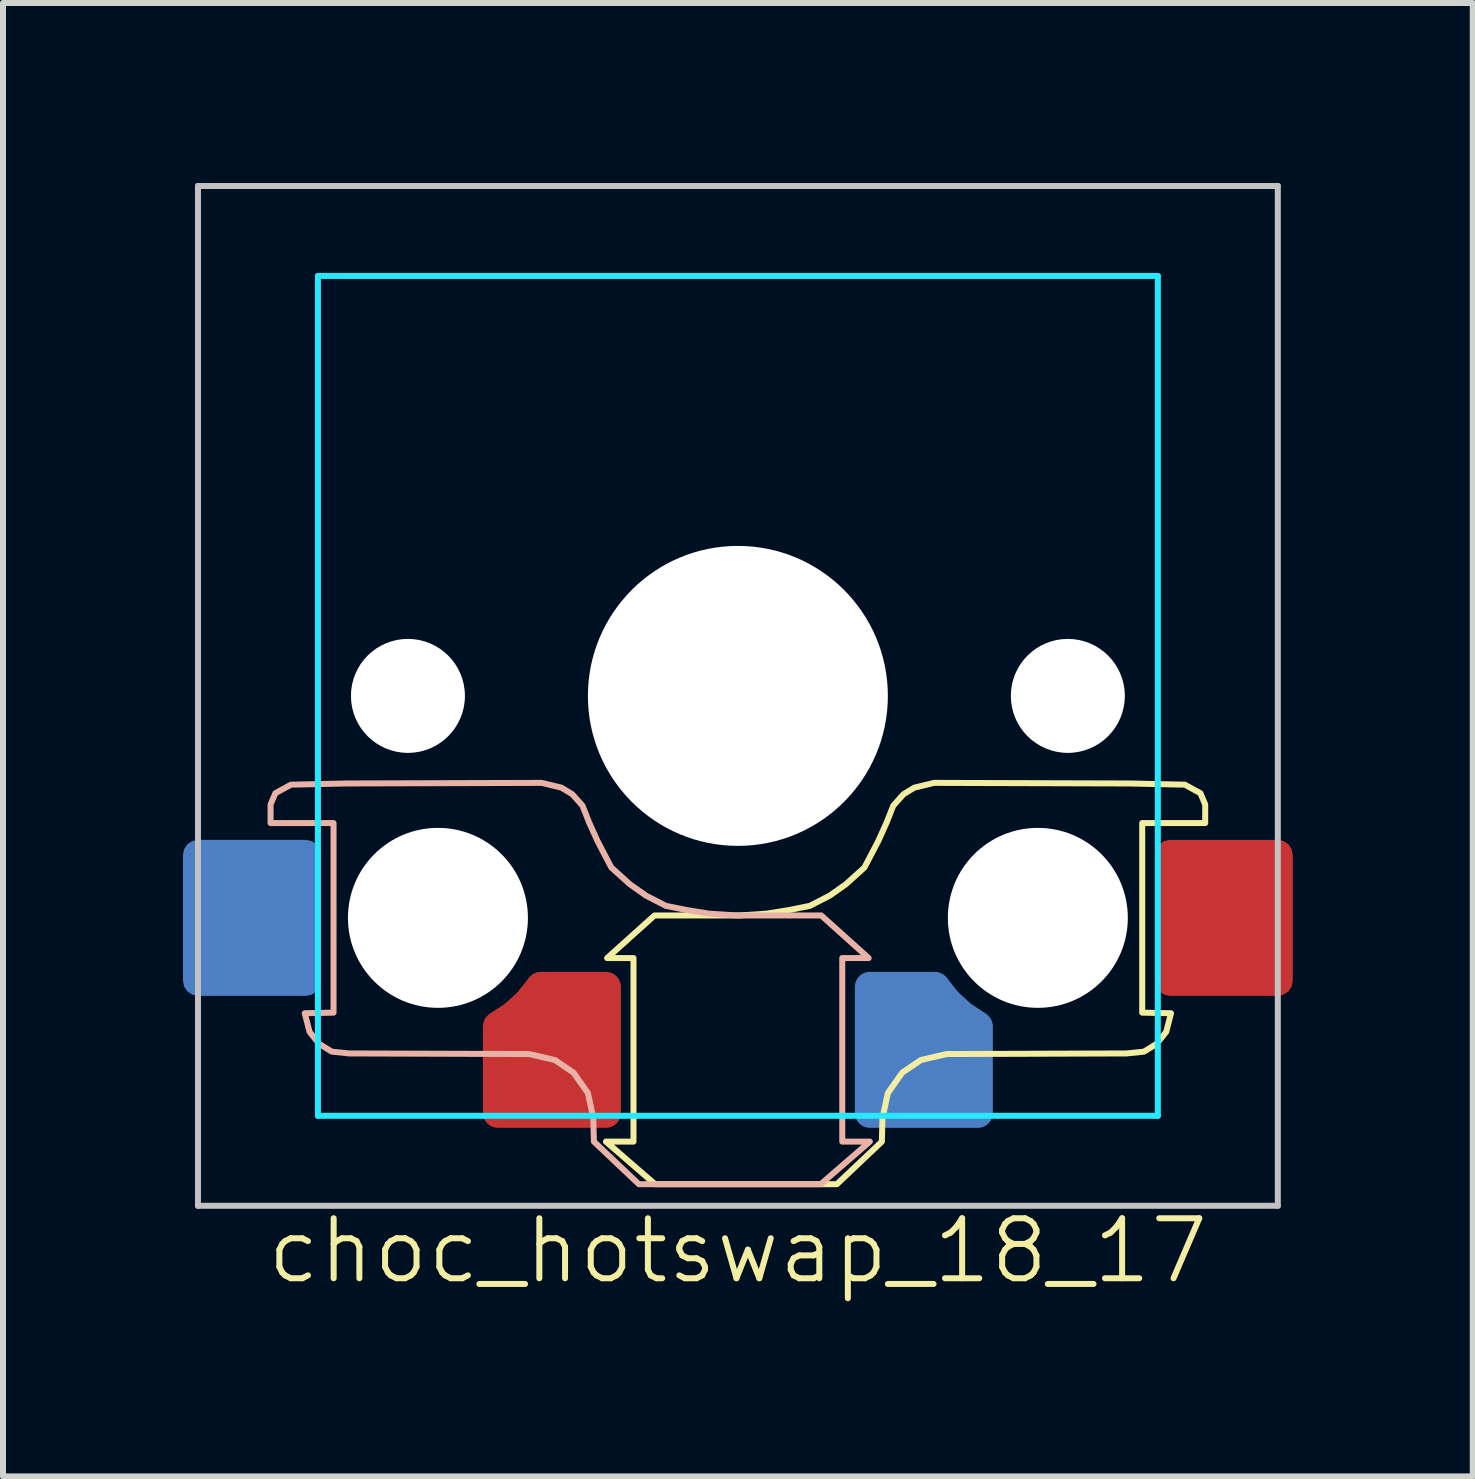
<source format=kicad_pcb>
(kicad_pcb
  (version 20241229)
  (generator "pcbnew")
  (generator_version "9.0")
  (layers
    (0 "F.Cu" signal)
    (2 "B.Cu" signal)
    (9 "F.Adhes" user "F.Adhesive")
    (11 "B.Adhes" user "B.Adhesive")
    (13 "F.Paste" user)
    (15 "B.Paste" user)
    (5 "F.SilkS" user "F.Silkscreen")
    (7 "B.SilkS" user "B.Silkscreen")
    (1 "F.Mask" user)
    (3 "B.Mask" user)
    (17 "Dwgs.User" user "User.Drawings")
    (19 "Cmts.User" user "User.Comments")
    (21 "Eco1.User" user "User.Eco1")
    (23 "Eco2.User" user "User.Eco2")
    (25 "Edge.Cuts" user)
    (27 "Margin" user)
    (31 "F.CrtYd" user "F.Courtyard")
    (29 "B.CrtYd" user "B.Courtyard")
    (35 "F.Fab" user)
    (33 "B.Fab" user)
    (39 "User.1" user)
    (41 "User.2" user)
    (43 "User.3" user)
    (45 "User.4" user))
  (footprint "choc_hotswap_18_17"
    (layer "F.Cu")
    (at 9.25 8.55)
    (property "Reference" "choc_hotswap_18_17" (at 0 9.25 0) (unlocked yes) (layer "F.SilkS") (effects (font (size 1 1) (thickness 0.1))))
    (attr smd)
    (fp_poly (pts (xy 1.8 3.14) (xy 2.11 2.86) (xy 2.34 2.42) (xy 2.48 2.11) (xy 2.59 1.83) (xy 2.76 1.64) (xy 2.94 1.53) (xy 3.27 1.45) (xy 6.52 1.46) (xy 7.45 1.48) (xy 7.71 1.622) (xy 7.79 1.81) (xy 7.79 2.12) (xy 6.74 2.12) (xy 6.74 5.28) (xy 7.22 5.29) (xy 7.14 5.6) (xy 6.98 5.8) (xy 6.77 5.93) (xy 6.48 5.96) (xy 3.48 5.97) (xy 3.05 6.07) (xy 2.74 6.28) (xy 2.5 6.62) (xy 2.41 7.04) (xy 2.4 7.43) (xy 1.65 8.14) (xy -1.38 8.14) (xy -2.2 7.43) (xy -1.74 7.43) (xy -1.74 4.37) (xy -2.18 4.37) (xy -1.39 3.66) (xy 0.02 3.66) (xy 0.48 3.63) (xy 0.85 3.57) (xy 1.2 3.5) (xy 1.53 3.33)) (stroke (width 0.1) (type solid)) (fill no) (layer "F.SilkS"))
    (fp_poly (pts (xy -1.8 3.14) (xy -2.11 2.86) (xy -2.34 2.42) (xy -2.48 2.11) (xy -2.59 1.83) (xy -2.76 1.64) (xy -2.94 1.53) (xy -3.27 1.45) (xy -6.52 1.46) (xy -7.45 1.48) (xy -7.71 1.622) (xy -7.79 1.81) (xy -7.79 2.12) (xy -6.74 2.12) (xy -6.74 5.28) (xy -7.22 5.29) (xy -7.14 5.6) (xy -6.98 5.8) (xy -6.77 5.93) (xy -6.48 5.96) (xy -3.48 5.97) (xy -3.05 6.07) (xy -2.74 6.28) (xy -2.5 6.62) (xy -2.41 7.04) (xy -2.4 7.43) (xy -1.65 8.14) (xy 1.38 8.14) (xy 2.2 7.43) (xy 1.74 7.43) (xy 1.74 4.37) (xy 2.18 4.37) (xy 1.39 3.66) (xy -0.02 3.66) (xy -0.48 3.63) (xy -0.85 3.57) (xy -1.2 3.5) (xy -1.53 3.33)) (stroke (width 0.1) (type solid)) (fill no) (layer "B.SilkS"))
    (fp_line (start -9 -8.5) (end -9 8.5) (stroke (width 0.1) (type solid)) (layer "Dwgs.User"))
    (fp_line (start -9 8.5) (end 9 8.5) (stroke (width 0.1) (type solid)) (layer "Dwgs.User"))
    (fp_line (start 9 -8.5) (end -9 -8.5) (stroke (width 0.1) (type solid)) (layer "Dwgs.User"))
    (fp_line (start 9 8.5) (end 9 -8.5) (stroke (width 0.1) (type solid)) (layer "Dwgs.User"))
    (fp_line (start -7 -7) (end -7 7) (stroke (width 0.1) (type solid)) (layer "B.CrtYd"))
    (fp_line (start -7 7) (end 7 7) (stroke (width 0.1) (type solid)) (layer "B.CrtYd"))
    (fp_line (start 7 -7) (end -7 -7) (stroke (width 0.1) (type solid)) (layer "B.CrtYd"))
    (fp_line (start 7 7) (end 7 -7) (stroke (width 0.1) (type solid)) (layer "B.CrtYd"))
    (pad "" np_thru_hole circle (at -5.5 0 270) (size 1.9 1.9) (drill 1.9) (layers "*.Cu" "*.Mask"))
    (pad "" np_thru_hole circle (at -5 3.7 90) (size 3 3) (drill 3) (layers "*.Cu" "*.Mask"))
    (pad "" np_thru_hole circle (at 0 0 270) (size 5 5) (drill 5) (layers "*.Cu" "*.Mask"))
    (pad "" np_thru_hole circle (at 5 3.7 270) (size 3 3) (drill 3) (layers "*.Cu" "*.Mask"))
    (pad "" np_thru_hole circle (at 5.5 0 270) (size 1.9 1.9) (drill 1.9) (layers "*.Cu" "*.Mask"))
    (pad "1" smd roundrect (at 8.1 3.7 180) (size 2.3 2.6) (layers "F.Cu" "F.Mask" "F.Paste") (roundrect_rratio 0.109))
    (pad "2" smd custom (at -3.1 6.225 180) (size 1.95 1.95) (layers "F.Cu" "F.Mask" "F.Paste") (options (anchor circle)) (primitives (gr_poly (pts (xy 0.591 1.269) (xy 0.564 1.298) (xy 0.41 1.49) (xy 0.391 1.518) (arc (start 0.374871 1.536577) (mid 0.289292 1.601689) (end 0.184279 1.624829)) (arc (start -0.899969 1.624966) (mid -1.076766 1.551754) (end -1.15 1.374966)) (arc (start -1.15 -0.725003) (mid -1.076777 -0.90178) (end -0.9 -0.975003)) (arc (start 0.9 -0.975003) (mid 1.076777 -0.90178) (end 1.15 -0.725003)) (arc (start 1.15 0.715471) (mid 1.128988 0.815792) (end 1.069485 0.89925)) (xy 1.038 0.928) (xy 1.008 0.945) (xy 0.802 1.081) (xy 0.771 1.105)) (width 0) (fill yes))))
    (pad "3" smd roundrect (at -8.1 3.7 180) (size 2.3 2.6) (layers "B.Cu" "B.Mask" "B.Paste") (roundrect_rratio 0.109))
    (pad "4" smd custom (at 3.1 6.225 180) (size 1.95 1.95) (layers "B.Cu" "B.Mask" "B.Paste") (options (anchor circle)) (primitives (gr_poly (pts (xy -0.591 1.269) (xy -0.564 1.298) (xy -0.41 1.49) (xy -0.391 1.518) (arc (start -0.374871 1.536577) (mid -0.289292 1.601689) (end -0.184279 1.624829)) (arc (start 0.899969 1.624966) (mid 1.076766 1.551754) (end 1.15 1.374966)) (arc (start 1.15 -0.725003) (mid 1.076777 -0.90178) (end 0.9 -0.975003)) (arc (start -0.9 -0.975003) (mid -1.076777 -0.90178) (end -1.15 -0.725003)) (arc (start -1.15 0.715471) (mid -1.128988 0.815792) (end -1.069485 0.89925)) (xy -1.038 0.928) (xy -1.008 0.945) (xy -0.802 1.081) (xy -0.771 1.105)) (width 0) (fill yes)))))
  (gr_rect
    (start -3 -3)
    (end 21.5 21.561)
    (stroke (width 0.1) (type default))
    (fill no)
    (layer "Edge.Cuts")))
</source>
